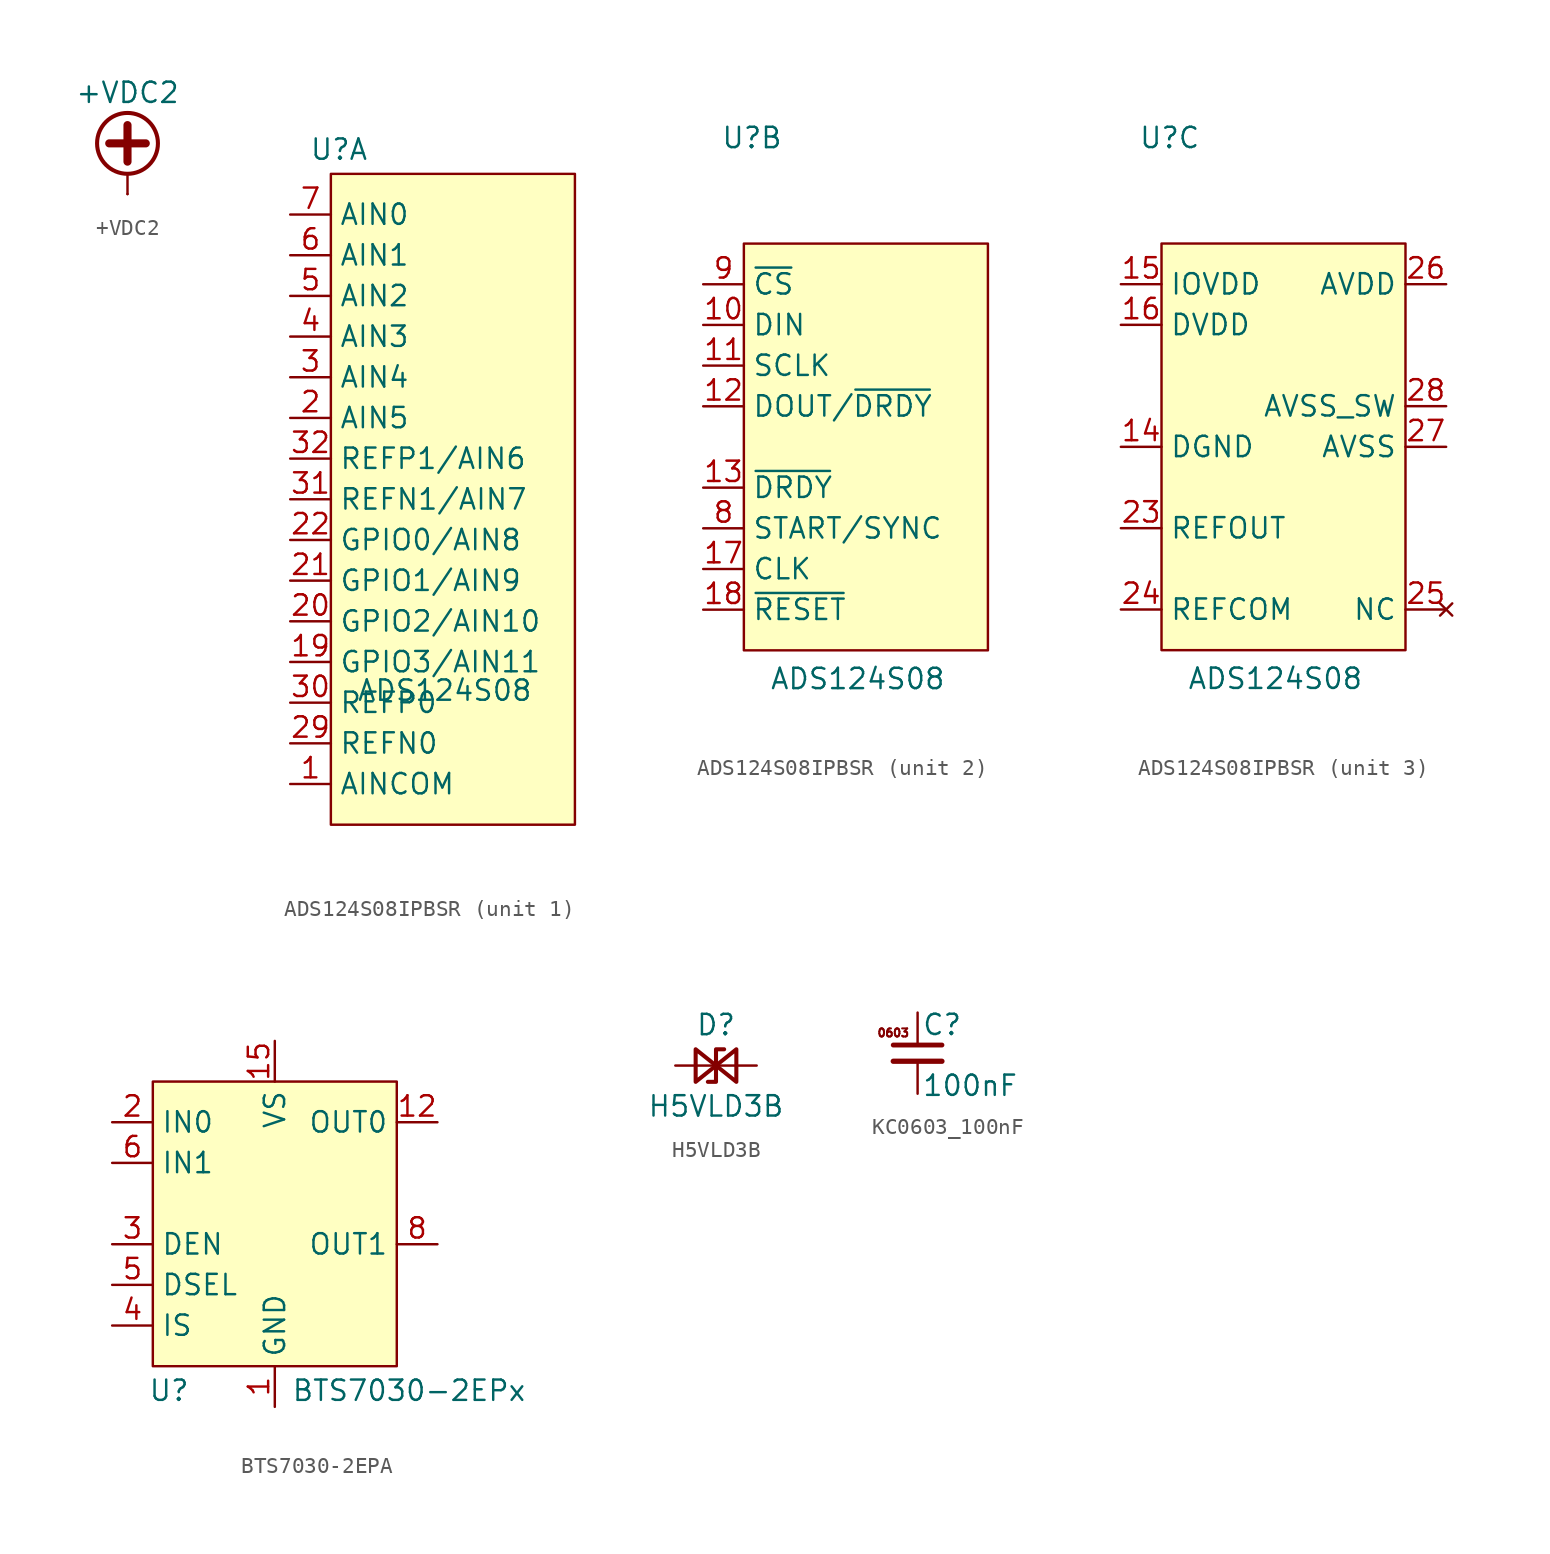
<source format=kicad_sym>
(kicad_symbol_lib
  (version 20241209)
  (generator "kicad_symbol_editor")
  (generator_version "9.0")
  (symbol "+VDC2"
    (power)
    (pin_numbers
      (hide yes))
    (pin_names
      (offset 0)
      (hide yes))
    (property "Reference" "#PWR"
      (at 0 -2.54 0)
      (effects (font (size 1.27 1.27)) (hide yes)))
    (property "Value" "+VDC2"
      (at 0 6.35 0)
      (effects (font (size 1.27 1.27))))
    (symbol "+VDC2_0_1"
      (polyline (pts (xy -1.143 3.175) (xy 1.143 3.175)) (stroke (width 0.508) (type default)) (fill (type none)))
      (circle (center 0 3.175) (radius 1.905) (stroke (width 0.254) (type default)) (fill (type none)))
      (polyline (pts (xy 0 2.032) (xy 0 4.318)) (stroke (width 0.508) (type default)) (fill (type none)))
      (polyline (pts (xy 0 0) (xy 0 1.27)) (stroke (width 0) (type default)) (fill (type none))))
    (symbol "+VDC2_1_1"
      (pin power_in line (at 0 0 90) (length 0) (name "~" (effects (font (size 1.27 1.27)))) (number "1" (effects (font (size 1.27 1.27)))))))
  (symbol "ADS124S08IPBSR"
    (property "Reference" "U"
      (at -7.112 19.304 0)
      (effects (font (size 1.27 1.27))))
    (property "Value" "ADS124S08"
      (at -0.508 -14.478 0)
      (effects (font (size 1.27 1.27))))
    (property "ki_locked" ""
      (at 0 0 0)
      (effects (font (size 1.27 1.27))))
    (symbol "ADS124S08IPBSR_1_1"
      (rectangle (start -7.62 17.78) (end 7.62 -22.86) (stroke (width 0) (type solid)) (fill (type background)))
      (pin input line (at -10.16 15.24 0) (length 2.54) (name "AIN0" (effects (font (size 1.27 1.27)))) (number "7" (effects (font (size 1.27 1.27)))))
      (pin input line (at -10.16 12.7 0) (length 2.54) (name "AIN1" (effects (font (size 1.27 1.27)))) (number "6" (effects (font (size 1.27 1.27)))))
      (pin input line (at -10.16 10.16 0) (length 2.54) (name "AIN2" (effects (font (size 1.27 1.27)))) (number "5" (effects (font (size 1.27 1.27)))))
      (pin input line (at -10.16 7.62 0) (length 2.54) (name "AIN3" (effects (font (size 1.27 1.27)))) (number "4" (effects (font (size 1.27 1.27)))))
      (pin input line (at -10.16 5.08 0) (length 2.54) (name "AIN4" (effects (font (size 1.27 1.27)))) (number "3" (effects (font (size 1.27 1.27)))))
      (pin input line (at -10.16 2.54 0) (length 2.54) (name "AIN5" (effects (font (size 1.27 1.27)))) (number "2" (effects (font (size 1.27 1.27)))))
      (pin input line (at -10.16 0 0) (length 2.54) (name "REFP1/AIN6" (effects (font (size 1.27 1.27)))) (number "32" (effects (font (size 1.27 1.27)))))
      (pin input line (at -10.16 -2.54 0) (length 2.54) (name "REFN1/AIN7" (effects (font (size 1.27 1.27)))) (number "31" (effects (font (size 1.27 1.27)))))
      (pin bidirectional line (at -10.16 -5.08 0) (length 2.54) (name "GPIO0/AIN8" (effects (font (size 1.27 1.27)))) (number "22" (effects (font (size 1.27 1.27)))))
      (pin bidirectional line (at -10.16 -7.62 0) (length 2.54) (name "GPIO1/AIN9" (effects (font (size 1.27 1.27)))) (number "21" (effects (font (size 1.27 1.27)))))
      (pin bidirectional line (at -10.16 -10.16 0) (length 2.54) (name "GPIO2/AIN10" (effects (font (size 1.27 1.27)))) (number "20" (effects (font (size 1.27 1.27)))))
      (pin bidirectional line (at -10.16 -12.7 0) (length 2.54) (name "GPIO3/AIN11" (effects (font (size 1.27 1.27)))) (number "19" (effects (font (size 1.27 1.27)))))
      (pin input line (at -10.16 -15.24 0) (length 2.54) (name "REFP0" (effects (font (size 1.27 1.27)))) (number "30" (effects (font (size 1.27 1.27)))))
      (pin input line (at -10.16 -17.78 0) (length 2.54) (name "REFN0" (effects (font (size 1.27 1.27)))) (number "29" (effects (font (size 1.27 1.27)))))
      (pin input line (at -10.16 -20.32 0) (length 2.54) (name "AINCOM" (effects (font (size 1.27 1.27)))) (number "1" (effects (font (size 1.27 1.27))))))
    (symbol "ADS124S08IPBSR_2_1"
      (rectangle (start -7.62 12.7) (end 7.62 -12.7) (stroke (width 0) (type solid)) (fill (type background)))
      (pin input line (at -10.16 10.16 0) (length 2.54) (name "~{CS}" (effects (font (size 1.27 1.27)))) (number "9" (effects (font (size 1.27 1.27)))))
      (pin input line (at -10.16 7.62 0) (length 2.54) (name "DIN" (effects (font (size 1.27 1.27)))) (number "10" (effects (font (size 1.27 1.27)))))
      (pin input line (at -10.16 5.08 0) (length 2.54) (name "SCLK" (effects (font (size 1.27 1.27)))) (number "11" (effects (font (size 1.27 1.27)))))
      (pin output line (at -10.16 2.54 0) (length 2.54) (name "DOUT/~{DRDY}" (effects (font (size 1.27 1.27)))) (number "12" (effects (font (size 1.27 1.27)))))
      (pin output line (at -10.16 -2.54 0) (length 2.54) (name "~{DRDY}" (effects (font (size 1.27 1.27)))) (number "13" (effects (font (size 1.27 1.27)))))
      (pin input line (at -10.16 -5.08 0) (length 2.54) (name "START/SYNC" (effects (font (size 1.27 1.27)))) (number "8" (effects (font (size 1.27 1.27)))))
      (pin input line (at -10.16 -7.62 0) (length 2.54) (name "CLK" (effects (font (size 1.27 1.27)))) (number "17" (effects (font (size 1.27 1.27)))))
      (pin input line (at -10.16 -10.16 0) (length 2.54) (name "~{RESET}" (effects (font (size 1.27 1.27)))) (number "18" (effects (font (size 1.27 1.27))))))
    (symbol "ADS124S08IPBSR_3_1"
      (rectangle (start -7.62 12.7) (end 7.62 -12.7) (stroke (width 0) (type solid)) (fill (type background)))
      (pin passive line (at -10.16 10.16 0) (length 2.54) (name "IOVDD" (effects (font (size 1.27 1.27)))) (number "15" (effects (font (size 1.27 1.27)))))
      (pin passive line (at -10.16 7.62 0) (length 2.54) (name "DVDD" (effects (font (size 1.27 1.27)))) (number "16" (effects (font (size 1.27 1.27)))))
      (pin passive line (at -10.16 0 0) (length 2.54) (name "DGND" (effects (font (size 1.27 1.27)))) (number "14" (effects (font (size 1.27 1.27)))))
      (pin power_out line (at -10.16 -5.08 0) (length 2.54) (name "REFOUT" (effects (font (size 1.27 1.27)))) (number "23" (effects (font (size 1.27 1.27)))))
      (pin power_in line (at -10.16 -10.16 0) (length 2.54) (name "REFCOM" (effects (font (size 1.27 1.27)))) (number "24" (effects (font (size 1.27 1.27)))))
      (pin power_in line (at 10.16 10.16 180) (length 2.54) (name "AVDD" (effects (font (size 1.27 1.27)))) (number "26" (effects (font (size 1.27 1.27)))))
      (pin power_in line (at 10.16 2.54 180) (length 2.54) (name "AVSS_SW" (effects (font (size 1.27 1.27)))) (number "28" (effects (font (size 1.27 1.27)))))
      (pin power_in line (at 10.16 0 180) (length 2.54) (name "AVSS" (effects (font (size 1.27 1.27)))) (number "27" (effects (font (size 1.27 1.27)))))
      (pin no_connect line (at 10.16 -10.16 180) (length 2.54) (name "NC" (effects (font (size 1.27 1.27)))) (number "25" (effects (font (size 1.27 1.27)))))))
  (symbol "BTS7030-2EPA"
    (property "Reference" "U"
      (at -6.604 -14.224 0)
      (effects (font (size 1.27 1.27))))
    (property "Value" "BTS7030-2EPx"
      (at 8.382 -14.224 0)
      (effects (font (size 1.27 1.27))))
    (symbol "BTS7030-2EPA_1_1"
      (rectangle (start -7.62 5.08) (end 7.62 -12.7) (stroke (width 0) (type default)) (fill (type background)))
      (pin input line (at -10.16 2.54 0) (length 2.54) (name "IN0" (effects (font (size 1.27 1.27)))) (number "2" (effects (font (size 1.27 1.27)))))
      (pin input line (at -10.16 0 0) (length 2.54) (name "IN1" (effects (font (size 1.27 1.27)))) (number "6" (effects (font (size 1.27 1.27)))))
      (pin input line (at -10.16 -5.08 0) (length 2.54) (name "DEN" (effects (font (size 1.27 1.27)))) (number "3" (effects (font (size 1.27 1.27)))))
      (pin input line (at -10.16 -7.62 0) (length 2.54) (name "DSEL" (effects (font (size 1.27 1.27)))) (number "5" (effects (font (size 1.27 1.27)))))
      (pin output line (at -10.16 -10.16 0) (length 2.54) (name "IS" (effects (font (size 1.27 1.27)))) (number "4" (effects (font (size 1.27 1.27)))))
      (pin power_in line (at 0 7.62 270) (length 2.54) (name "VS" (effects (font (size 1.27 1.27)))) (number "15" (effects (font (size 1.27 1.27)))))
      (pin power_in line (at 0 -15.24 90) (length 2.54) (name "GND" (effects (font (size 1.27 1.27)))) (number "1" (effects (font (size 1.27 1.27)))))
      (pin no_connect line (at 2.54 0 0) (length 2.54) (hide yes) (name "NC" (effects (font (size 1.27 1.27)))) (number "7" (effects (font (size 1.27 1.27)))))
      (pin no_connect line (at 2.54 -2.54 0) (length 2.54) (hide yes) (name "NC" (effects (font (size 1.27 1.27)))) (number "11" (effects (font (size 1.27 1.27)))))
      (pin output line (at 10.16 2.54 180) (length 2.54) (name "OUT0" (effects (font (size 1.27 1.27)))) (number "12" (effects (font (size 1.27 1.27)))))
      (pin passive line (at 10.16 2.54 180) (length 2.54) (hide yes) (name "OUT0" (effects (font (size 1.27 1.27)))) (number "13" (effects (font (size 1.27 1.27)))))
      (pin passive line (at 10.16 2.54 180) (length 2.54) (hide yes) (name "OUT0" (effects (font (size 1.27 1.27)))) (number "14" (effects (font (size 1.27 1.27)))))
      (pin passive line (at 10.16 -5.08 180) (length 2.54) (hide yes) (name "OUT1" (effects (font (size 1.27 1.27)))) (number "10" (effects (font (size 1.27 1.27)))))
      (pin output line (at 10.16 -5.08 180) (length 2.54) (name "OUT1" (effects (font (size 1.27 1.27)))) (number "8" (effects (font (size 1.27 1.27)))))
      (pin passive line (at 10.16 -5.08 180) (length 2.54) (hide yes) (name "OUT1" (effects (font (size 1.27 1.27)))) (number "9" (effects (font (size 1.27 1.27)))))))
  (symbol "H5VLD3B"
    (pin_numbers
      (hide yes))
    (pin_names
      (offset 1.016)
      (hide yes))
    (property "Reference" "D"
      (at 0 2.54 0)
      (effects (font (size 1.27 1.27))))
    (property "Value" "H5VLD3B"
      (at 0 -2.54 0)
      (effects (font (size 1.27 1.27))))
    (symbol "H5VLD3B_0_1"
      (polyline (pts (xy -1.27 1.016) (xy -1.27 -1.016) (xy 1.27 1.016) (xy 1.27 -1.016) (xy -1.27 1.016)) (stroke (width 0.254) (type default)) (fill (type none)))
      (polyline (pts (xy -1.27 0) (xy 1.27 0)) (stroke (width 0) (type default)) (fill (type none)))
      (polyline (pts (xy 0.508 1.016) (xy 0 1.016) (xy 0 -1.016) (xy -0.508 -1.016)) (stroke (width 0.254) (type default)) (fill (type none))))
    (symbol "H5VLD3B_1_1"
      (pin passive line (at -2.54 0 0) (length 1.27) (name "A1" (effects (font (size 1.27 1.27)))) (number "1" (effects (font (size 1.27 1.27)))))
      (pin passive line (at 2.54 0 180) (length 1.27) (name "A2" (effects (font (size 1.27 1.27)))) (number "2" (effects (font (size 1.27 1.27)))))))
  (symbol "KC0603_100nF"
    (pin_numbers
      (hide yes))
    (pin_names
      (offset 0.254)
      (hide yes))
    (property "Reference" "C"
      (at 0.254 1.778 0)
      (effects (font (size 1.27 1.27)) (justify left)))
    (property "Value" "100nF"
      (at 0.254 -2.032 0)
      (effects (font (size 1.27 1.27)) (justify left)))
    (symbol "KC0603_100nF_0_1"
      (polyline (pts (xy -1.524 0.508) (xy 1.524 0.508)) (stroke (width 0.305) (type default)) (fill (type none)))
      (polyline (pts (xy -1.524 -0.508) (xy 1.524 -0.508)) (stroke (width 0.33) (type default)) (fill (type none))))
    (symbol "KC0603_100nF_1_1"
      (text "0603" (at -1.524 1.27 0) (effects (font (size 0.508 0.508))))
      (pin passive line (at 0 2.54 270) (length 2.032) (name "~" (effects (font (size 1.27 1.27)))) (number "1" (effects (font (size 1.27 1.27)))))
      (pin passive line (at 0 -2.54 90) (length 2.032) (name "~" (effects (font (size 1.27 1.27)))) (number "2" (effects (font (size 1.27 1.27))))))))
</source>
